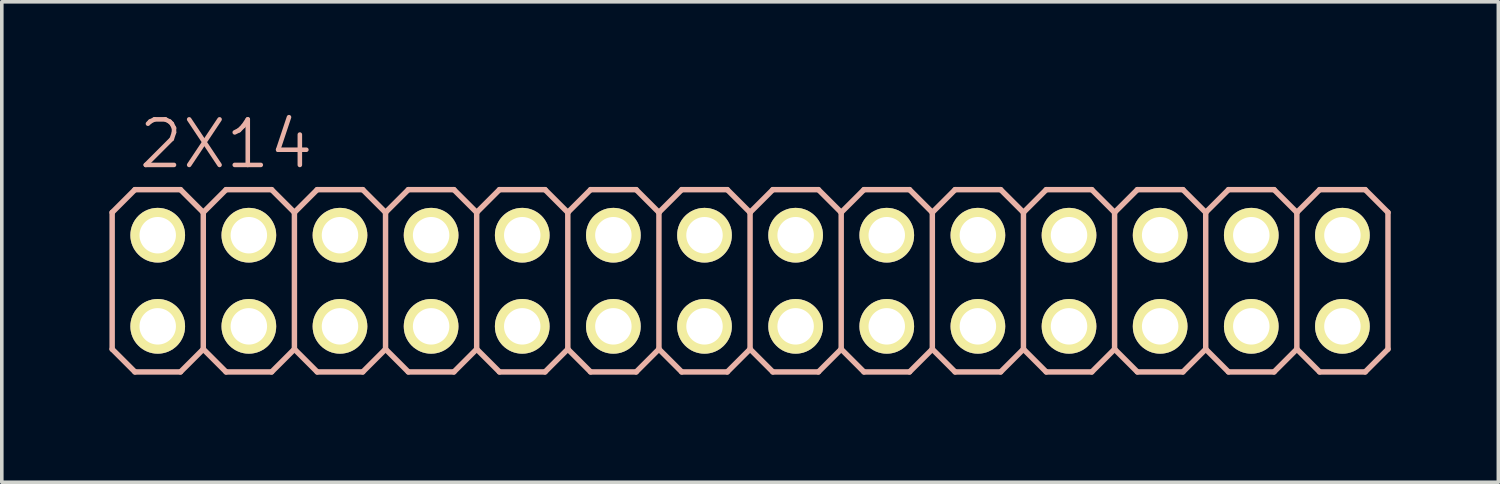
<source format=kicad_pcb>
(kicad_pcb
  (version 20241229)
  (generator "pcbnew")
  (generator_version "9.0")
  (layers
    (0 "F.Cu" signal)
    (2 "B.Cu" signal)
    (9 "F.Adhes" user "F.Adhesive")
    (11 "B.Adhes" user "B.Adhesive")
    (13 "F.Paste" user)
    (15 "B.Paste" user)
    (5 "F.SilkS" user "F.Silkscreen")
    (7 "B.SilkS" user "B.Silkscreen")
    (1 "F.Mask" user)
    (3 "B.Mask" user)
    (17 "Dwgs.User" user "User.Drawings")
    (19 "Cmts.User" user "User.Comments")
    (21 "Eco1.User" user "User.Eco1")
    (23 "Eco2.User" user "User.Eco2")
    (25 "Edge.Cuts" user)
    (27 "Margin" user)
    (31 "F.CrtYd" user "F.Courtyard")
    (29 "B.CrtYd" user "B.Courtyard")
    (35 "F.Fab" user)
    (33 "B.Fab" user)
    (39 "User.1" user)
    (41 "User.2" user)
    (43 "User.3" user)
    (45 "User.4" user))
  (footprint "2X14"
    (layer "F.Cu")
    (at 17.856 4.776)
    (property "Reference" "2X14" (at -14.605 -3.81 0) (layer "B.SilkS") (effects (font (size 1.27 1.27) (thickness 0.127))))
    (attr exclude_from_pos_files exclude_from_bom)
    (fp_line (start -16.764 -1.524) (end -16.256 -1.524) (stroke (width 0.066) (type solid)) (layer "F.SilkS"))
    (fp_line (start -16.764 -1.016) (end -16.764 -1.524) (stroke (width 0.066) (type solid)) (layer "F.SilkS"))
    (fp_line (start -16.764 -1.016) (end -16.256 -1.016) (stroke (width 0.066) (type solid)) (layer "F.SilkS"))
    (fp_line (start -16.764 1.016) (end -16.256 1.016) (stroke (width 0.066) (type solid)) (layer "F.SilkS"))
    (fp_line (start -16.764 1.524) (end -16.764 1.016) (stroke (width 0.066) (type solid)) (layer "F.SilkS"))
    (fp_line (start -16.764 1.524) (end -16.256 1.524) (stroke (width 0.066) (type solid)) (layer "F.SilkS"))
    (fp_line (start -16.256 -1.016) (end -16.256 -1.524) (stroke (width 0.066) (type solid)) (layer "F.SilkS"))
    (fp_line (start -16.256 1.524) (end -16.256 1.016) (stroke (width 0.066) (type solid)) (layer "F.SilkS"))
    (fp_line (start -14.224 -1.524) (end -13.716 -1.524) (stroke (width 0.066) (type solid)) (layer "F.SilkS"))
    (fp_line (start -14.224 -1.016) (end -14.224 -1.524) (stroke (width 0.066) (type solid)) (layer "F.SilkS"))
    (fp_line (start -14.224 -1.016) (end -13.716 -1.016) (stroke (width 0.066) (type solid)) (layer "F.SilkS"))
    (fp_line (start -14.224 1.016) (end -13.716 1.016) (stroke (width 0.066) (type solid)) (layer "F.SilkS"))
    (fp_line (start -14.224 1.524) (end -14.224 1.016) (stroke (width 0.066) (type solid)) (layer "F.SilkS"))
    (fp_line (start -14.224 1.524) (end -13.716 1.524) (stroke (width 0.066) (type solid)) (layer "F.SilkS"))
    (fp_line (start -13.716 -1.016) (end -13.716 -1.524) (stroke (width 0.066) (type solid)) (layer "F.SilkS"))
    (fp_line (start -13.716 1.524) (end -13.716 1.016) (stroke (width 0.066) (type solid)) (layer "F.SilkS"))
    (fp_line (start -11.684 -1.524) (end -11.176 -1.524) (stroke (width 0.066) (type solid)) (layer "F.SilkS"))
    (fp_line (start -11.684 -1.016) (end -11.684 -1.524) (stroke (width 0.066) (type solid)) (layer "F.SilkS"))
    (fp_line (start -11.684 -1.016) (end -11.176 -1.016) (stroke (width 0.066) (type solid)) (layer "F.SilkS"))
    (fp_line (start -11.684 1.016) (end -11.176 1.016) (stroke (width 0.066) (type solid)) (layer "F.SilkS"))
    (fp_line (start -11.684 1.524) (end -11.684 1.016) (stroke (width 0.066) (type solid)) (layer "F.SilkS"))
    (fp_line (start -11.684 1.524) (end -11.176 1.524) (stroke (width 0.066) (type solid)) (layer "F.SilkS"))
    (fp_line (start -11.176 -1.016) (end -11.176 -1.524) (stroke (width 0.066) (type solid)) (layer "F.SilkS"))
    (fp_line (start -11.176 1.524) (end -11.176 1.016) (stroke (width 0.066) (type solid)) (layer "F.SilkS"))
    (fp_line (start -9.144 -1.524) (end -8.636 -1.524) (stroke (width 0.066) (type solid)) (layer "F.SilkS"))
    (fp_line (start -9.144 -1.016) (end -9.144 -1.524) (stroke (width 0.066) (type solid)) (layer "F.SilkS"))
    (fp_line (start -9.144 -1.016) (end -8.636 -1.016) (stroke (width 0.066) (type solid)) (layer "F.SilkS"))
    (fp_line (start -9.144 1.016) (end -8.636 1.016) (stroke (width 0.066) (type solid)) (layer "F.SilkS"))
    (fp_line (start -9.144 1.524) (end -9.144 1.016) (stroke (width 0.066) (type solid)) (layer "F.SilkS"))
    (fp_line (start -9.144 1.524) (end -8.636 1.524) (stroke (width 0.066) (type solid)) (layer "F.SilkS"))
    (fp_line (start -8.636 -1.016) (end -8.636 -1.524) (stroke (width 0.066) (type solid)) (layer "F.SilkS"))
    (fp_line (start -8.636 1.524) (end -8.636 1.016) (stroke (width 0.066) (type solid)) (layer "F.SilkS"))
    (fp_line (start -6.604 -1.524) (end -6.096 -1.524) (stroke (width 0.066) (type solid)) (layer "F.SilkS"))
    (fp_line (start -6.604 -1.016) (end -6.604 -1.524) (stroke (width 0.066) (type solid)) (layer "F.SilkS"))
    (fp_line (start -6.604 -1.016) (end -6.096 -1.016) (stroke (width 0.066) (type solid)) (layer "F.SilkS"))
    (fp_line (start -6.604 1.016) (end -6.096 1.016) (stroke (width 0.066) (type solid)) (layer "F.SilkS"))
    (fp_line (start -6.604 1.524) (end -6.604 1.016) (stroke (width 0.066) (type solid)) (layer "F.SilkS"))
    (fp_line (start -6.604 1.524) (end -6.096 1.524) (stroke (width 0.066) (type solid)) (layer "F.SilkS"))
    (fp_line (start -6.096 -1.016) (end -6.096 -1.524) (stroke (width 0.066) (type solid)) (layer "F.SilkS"))
    (fp_line (start -6.096 1.524) (end -6.096 1.016) (stroke (width 0.066) (type solid)) (layer "F.SilkS"))
    (fp_line (start -4.064 -1.524) (end -3.556 -1.524) (stroke (width 0.066) (type solid)) (layer "F.SilkS"))
    (fp_line (start -4.064 -1.016) (end -4.064 -1.524) (stroke (width 0.066) (type solid)) (layer "F.SilkS"))
    (fp_line (start -4.064 -1.016) (end -3.556 -1.016) (stroke (width 0.066) (type solid)) (layer "F.SilkS"))
    (fp_line (start -4.064 1.016) (end -3.556 1.016) (stroke (width 0.066) (type solid)) (layer "F.SilkS"))
    (fp_line (start -4.064 1.524) (end -4.064 1.016) (stroke (width 0.066) (type solid)) (layer "F.SilkS"))
    (fp_line (start -4.064 1.524) (end -3.556 1.524) (stroke (width 0.066) (type solid)) (layer "F.SilkS"))
    (fp_line (start -3.556 -1.016) (end -3.556 -1.524) (stroke (width 0.066) (type solid)) (layer "F.SilkS"))
    (fp_line (start -3.556 1.524) (end -3.556 1.016) (stroke (width 0.066) (type solid)) (layer "F.SilkS"))
    (fp_line (start -1.524 -1.524) (end -1.016 -1.524) (stroke (width 0.066) (type solid)) (layer "F.SilkS"))
    (fp_line (start -1.524 -1.016) (end -1.524 -1.524) (stroke (width 0.066) (type solid)) (layer "F.SilkS"))
    (fp_line (start -1.524 -1.016) (end -1.016 -1.016) (stroke (width 0.066) (type solid)) (layer "F.SilkS"))
    (fp_line (start -1.524 1.016) (end -1.016 1.016) (stroke (width 0.066) (type solid)) (layer "F.SilkS"))
    (fp_line (start -1.524 1.524) (end -1.524 1.016) (stroke (width 0.066) (type solid)) (layer "F.SilkS"))
    (fp_line (start -1.524 1.524) (end -1.016 1.524) (stroke (width 0.066) (type solid)) (layer "F.SilkS"))
    (fp_line (start -1.016 -1.016) (end -1.016 -1.524) (stroke (width 0.066) (type solid)) (layer "F.SilkS"))
    (fp_line (start -1.016 1.524) (end -1.016 1.016) (stroke (width 0.066) (type solid)) (layer "F.SilkS"))
    (fp_line (start 1.016 -1.524) (end 1.524 -1.524) (stroke (width 0.066) (type solid)) (layer "F.SilkS"))
    (fp_line (start 1.016 -1.016) (end 1.016 -1.524) (stroke (width 0.066) (type solid)) (layer "F.SilkS"))
    (fp_line (start 1.016 -1.016) (end 1.524 -1.016) (stroke (width 0.066) (type solid)) (layer "F.SilkS"))
    (fp_line (start 1.016 1.016) (end 1.524 1.016) (stroke (width 0.066) (type solid)) (layer "F.SilkS"))
    (fp_line (start 1.016 1.524) (end 1.016 1.016) (stroke (width 0.066) (type solid)) (layer "F.SilkS"))
    (fp_line (start 1.016 1.524) (end 1.524 1.524) (stroke (width 0.066) (type solid)) (layer "F.SilkS"))
    (fp_line (start 1.524 -1.016) (end 1.524 -1.524) (stroke (width 0.066) (type solid)) (layer "F.SilkS"))
    (fp_line (start 1.524 1.524) (end 1.524 1.016) (stroke (width 0.066) (type solid)) (layer "F.SilkS"))
    (fp_line (start 3.556 -1.524) (end 4.064 -1.524) (stroke (width 0.066) (type solid)) (layer "F.SilkS"))
    (fp_line (start 3.556 -1.016) (end 3.556 -1.524) (stroke (width 0.066) (type solid)) (layer "F.SilkS"))
    (fp_line (start 3.556 -1.016) (end 4.064 -1.016) (stroke (width 0.066) (type solid)) (layer "F.SilkS"))
    (fp_line (start 3.556 1.016) (end 4.064 1.016) (stroke (width 0.066) (type solid)) (layer "F.SilkS"))
    (fp_line (start 3.556 1.524) (end 3.556 1.016) (stroke (width 0.066) (type solid)) (layer "F.SilkS"))
    (fp_line (start 3.556 1.524) (end 4.064 1.524) (stroke (width 0.066) (type solid)) (layer "F.SilkS"))
    (fp_line (start 4.064 -1.016) (end 4.064 -1.524) (stroke (width 0.066) (type solid)) (layer "F.SilkS"))
    (fp_line (start 4.064 1.524) (end 4.064 1.016) (stroke (width 0.066) (type solid)) (layer "F.SilkS"))
    (fp_line (start 6.096 -1.524) (end 6.604 -1.524) (stroke (width 0.066) (type solid)) (layer "F.SilkS"))
    (fp_line (start 6.096 -1.016) (end 6.096 -1.524) (stroke (width 0.066) (type solid)) (layer "F.SilkS"))
    (fp_line (start 6.096 -1.016) (end 6.604 -1.016) (stroke (width 0.066) (type solid)) (layer "F.SilkS"))
    (fp_line (start 6.096 1.016) (end 6.604 1.016) (stroke (width 0.066) (type solid)) (layer "F.SilkS"))
    (fp_line (start 6.096 1.524) (end 6.096 1.016) (stroke (width 0.066) (type solid)) (layer "F.SilkS"))
    (fp_line (start 6.096 1.524) (end 6.604 1.524) (stroke (width 0.066) (type solid)) (layer "F.SilkS"))
    (fp_line (start 6.604 -1.016) (end 6.604 -1.524) (stroke (width 0.066) (type solid)) (layer "F.SilkS"))
    (fp_line (start 6.604 1.524) (end 6.604 1.016) (stroke (width 0.066) (type solid)) (layer "F.SilkS"))
    (fp_line (start 8.636 -1.524) (end 9.144 -1.524) (stroke (width 0.066) (type solid)) (layer "F.SilkS"))
    (fp_line (start 8.636 -1.016) (end 8.636 -1.524) (stroke (width 0.066) (type solid)) (layer "F.SilkS"))
    (fp_line (start 8.636 -1.016) (end 9.144 -1.016) (stroke (width 0.066) (type solid)) (layer "F.SilkS"))
    (fp_line (start 8.636 1.016) (end 9.144 1.016) (stroke (width 0.066) (type solid)) (layer "F.SilkS"))
    (fp_line (start 8.636 1.524) (end 8.636 1.016) (stroke (width 0.066) (type solid)) (layer "F.SilkS"))
    (fp_line (start 8.636 1.524) (end 9.144 1.524) (stroke (width 0.066) (type solid)) (layer "F.SilkS"))
    (fp_line (start 9.144 -1.016) (end 9.144 -1.524) (stroke (width 0.066) (type solid)) (layer "F.SilkS"))
    (fp_line (start 9.144 1.524) (end 9.144 1.016) (stroke (width 0.066) (type solid)) (layer "F.SilkS"))
    (fp_line (start 11.176 -1.524) (end 11.684 -1.524) (stroke (width 0.066) (type solid)) (layer "F.SilkS"))
    (fp_line (start 11.176 -1.016) (end 11.176 -1.524) (stroke (width 0.066) (type solid)) (layer "F.SilkS"))
    (fp_line (start 11.176 -1.016) (end 11.684 -1.016) (stroke (width 0.066) (type solid)) (layer "F.SilkS"))
    (fp_line (start 11.176 1.016) (end 11.684 1.016) (stroke (width 0.066) (type solid)) (layer "F.SilkS"))
    (fp_line (start 11.176 1.524) (end 11.176 1.016) (stroke (width 0.066) (type solid)) (layer "F.SilkS"))
    (fp_line (start 11.176 1.524) (end 11.684 1.524) (stroke (width 0.066) (type solid)) (layer "F.SilkS"))
    (fp_line (start 11.684 -1.016) (end 11.684 -1.524) (stroke (width 0.066) (type solid)) (layer "F.SilkS"))
    (fp_line (start 11.684 1.524) (end 11.684 1.016) (stroke (width 0.066) (type solid)) (layer "F.SilkS"))
    (fp_line (start 13.716 -1.524) (end 14.224 -1.524) (stroke (width 0.066) (type solid)) (layer "F.SilkS"))
    (fp_line (start 13.716 -1.016) (end 13.716 -1.524) (stroke (width 0.066) (type solid)) (layer "F.SilkS"))
    (fp_line (start 13.716 -1.016) (end 14.224 -1.016) (stroke (width 0.066) (type solid)) (layer "F.SilkS"))
    (fp_line (start 13.716 1.016) (end 14.224 1.016) (stroke (width 0.066) (type solid)) (layer "F.SilkS"))
    (fp_line (start 13.716 1.524) (end 13.716 1.016) (stroke (width 0.066) (type solid)) (layer "F.SilkS"))
    (fp_line (start 13.716 1.524) (end 14.224 1.524) (stroke (width 0.066) (type solid)) (layer "F.SilkS"))
    (fp_line (start 14.224 -1.016) (end 14.224 -1.524) (stroke (width 0.066) (type solid)) (layer "F.SilkS"))
    (fp_line (start 14.224 1.524) (end 14.224 1.016) (stroke (width 0.066) (type solid)) (layer "F.SilkS"))
    (fp_line (start 16.256 -1.524) (end 16.764 -1.524) (stroke (width 0.066) (type solid)) (layer "F.SilkS"))
    (fp_line (start 16.256 -1.016) (end 16.256 -1.524) (stroke (width 0.066) (type solid)) (layer "F.SilkS"))
    (fp_line (start 16.256 -1.016) (end 16.764 -1.016) (stroke (width 0.066) (type solid)) (layer "F.SilkS"))
    (fp_line (start 16.256 1.016) (end 16.764 1.016) (stroke (width 0.066) (type solid)) (layer "F.SilkS"))
    (fp_line (start 16.256 1.524) (end 16.256 1.016) (stroke (width 0.066) (type solid)) (layer "F.SilkS"))
    (fp_line (start 16.256 1.524) (end 16.764 1.524) (stroke (width 0.066) (type solid)) (layer "F.SilkS"))
    (fp_line (start 16.764 -1.016) (end 16.764 -1.524) (stroke (width 0.066) (type solid)) (layer "F.SilkS"))
    (fp_line (start 16.764 1.524) (end 16.764 1.016) (stroke (width 0.066) (type solid)) (layer "F.SilkS"))
    (fp_line (start -17.78 -1.905) (end -17.145 -2.54) (stroke (width 0.152) (type solid)) (layer "B.SilkS"))
    (fp_line (start -17.78 1.905) (end -17.78 -1.905) (stroke (width 0.152) (type solid)) (layer "B.SilkS"))
    (fp_line (start -17.78 1.905) (end -17.145 2.54) (stroke (width 0.152) (type solid)) (layer "B.SilkS"))
    (fp_line (start -17.145 -2.54) (end -15.875 -2.54) (stroke (width 0.152) (type solid)) (layer "B.SilkS"))
    (fp_line (start -17.145 2.54) (end -15.875 2.54) (stroke (width 0.152) (type solid)) (layer "B.SilkS"))
    (fp_line (start -15.875 -2.54) (end -15.24 -1.905) (stroke (width 0.152) (type solid)) (layer "B.SilkS"))
    (fp_line (start -15.875 2.54) (end -15.24 1.905) (stroke (width 0.152) (type solid)) (layer "B.SilkS"))
    (fp_line (start -15.24 -1.905) (end -15.24 1.905) (stroke (width 0.152) (type solid)) (layer "B.SilkS"))
    (fp_line (start -15.24 -1.905) (end -14.605 -2.54) (stroke (width 0.152) (type solid)) (layer "B.SilkS"))
    (fp_line (start -15.24 1.905) (end -14.605 2.54) (stroke (width 0.152) (type solid)) (layer "B.SilkS"))
    (fp_line (start -14.605 -2.54) (end -13.335 -2.54) (stroke (width 0.152) (type solid)) (layer "B.SilkS"))
    (fp_line (start -14.605 2.54) (end -13.335 2.54) (stroke (width 0.152) (type solid)) (layer "B.SilkS"))
    (fp_line (start -13.335 -2.54) (end -12.7 -1.905) (stroke (width 0.152) (type solid)) (layer "B.SilkS"))
    (fp_line (start -13.335 2.54) (end -12.7 1.905) (stroke (width 0.152) (type solid)) (layer "B.SilkS"))
    (fp_line (start -12.7 -1.905) (end -12.7 1.905) (stroke (width 0.152) (type solid)) (layer "B.SilkS"))
    (fp_line (start -12.7 -1.905) (end -12.065 -2.54) (stroke (width 0.152) (type solid)) (layer "B.SilkS"))
    (fp_line (start -12.7 1.905) (end -12.065 2.54) (stroke (width 0.152) (type solid)) (layer "B.SilkS"))
    (fp_line (start -12.065 -2.54) (end -10.795 -2.54) (stroke (width 0.152) (type solid)) (layer "B.SilkS"))
    (fp_line (start -12.065 2.54) (end -10.795 2.54) (stroke (width 0.152) (type solid)) (layer "B.SilkS"))
    (fp_line (start -10.795 -2.54) (end -10.16 -1.905) (stroke (width 0.152) (type solid)) (layer "B.SilkS"))
    (fp_line (start -10.795 2.54) (end -10.16 1.905) (stroke (width 0.152) (type solid)) (layer "B.SilkS"))
    (fp_line (start -10.16 -1.905) (end -10.16 1.905) (stroke (width 0.152) (type solid)) (layer "B.SilkS"))
    (fp_line (start -10.16 -1.905) (end -9.525 -2.54) (stroke (width 0.152) (type solid)) (layer "B.SilkS"))
    (fp_line (start -10.16 1.905) (end -9.525 2.54) (stroke (width 0.152) (type solid)) (layer "B.SilkS"))
    (fp_line (start -9.525 -2.54) (end -8.255 -2.54) (stroke (width 0.152) (type solid)) (layer "B.SilkS"))
    (fp_line (start -9.525 2.54) (end -8.255 2.54) (stroke (width 0.152) (type solid)) (layer "B.SilkS"))
    (fp_line (start -8.255 -2.54) (end -7.62 -1.905) (stroke (width 0.152) (type solid)) (layer "B.SilkS"))
    (fp_line (start -8.255 2.54) (end -7.62 1.905) (stroke (width 0.152) (type solid)) (layer "B.SilkS"))
    (fp_line (start -7.62 -1.905) (end -7.62 1.905) (stroke (width 0.152) (type solid)) (layer "B.SilkS"))
    (fp_line (start -7.62 -1.905) (end -6.985 -2.54) (stroke (width 0.152) (type solid)) (layer "B.SilkS"))
    (fp_line (start -7.62 1.905) (end -6.985 2.54) (stroke (width 0.152) (type solid)) (layer "B.SilkS"))
    (fp_line (start -6.985 -2.54) (end -5.715 -2.54) (stroke (width 0.152) (type solid)) (layer "B.SilkS"))
    (fp_line (start -6.985 2.54) (end -5.715 2.54) (stroke (width 0.152) (type solid)) (layer "B.SilkS"))
    (fp_line (start -5.715 -2.54) (end -5.08 -1.905) (stroke (width 0.152) (type solid)) (layer "B.SilkS"))
    (fp_line (start -5.715 2.54) (end -5.08 1.905) (stroke (width 0.152) (type solid)) (layer "B.SilkS"))
    (fp_line (start -5.08 -1.905) (end -5.08 1.905) (stroke (width 0.152) (type solid)) (layer "B.SilkS"))
    (fp_line (start -5.08 -1.905) (end -4.445 -2.54) (stroke (width 0.152) (type solid)) (layer "B.SilkS"))
    (fp_line (start -5.08 1.905) (end -4.445 2.54) (stroke (width 0.152) (type solid)) (layer "B.SilkS"))
    (fp_line (start -4.445 -2.54) (end -3.175 -2.54) (stroke (width 0.152) (type solid)) (layer "B.SilkS"))
    (fp_line (start -4.445 2.54) (end -3.175 2.54) (stroke (width 0.152) (type solid)) (layer "B.SilkS"))
    (fp_line (start -3.175 -2.54) (end -2.54 -1.905) (stroke (width 0.152) (type solid)) (layer "B.SilkS"))
    (fp_line (start -3.175 2.54) (end -2.54 1.905) (stroke (width 0.152) (type solid)) (layer "B.SilkS"))
    (fp_line (start -2.54 -1.905) (end -2.54 1.905) (stroke (width 0.152) (type solid)) (layer "B.SilkS"))
    (fp_line (start -2.54 -1.905) (end -1.905 -2.54) (stroke (width 0.152) (type solid)) (layer "B.SilkS"))
    (fp_line (start -2.54 1.905) (end -1.905 2.54) (stroke (width 0.152) (type solid)) (layer "B.SilkS"))
    (fp_line (start -1.905 -2.54) (end -0.635 -2.54) (stroke (width 0.152) (type solid)) (layer "B.SilkS"))
    (fp_line (start -0.635 -2.54) (end 0 -1.905) (stroke (width 0.152) (type solid)) (layer "B.SilkS"))
    (fp_line (start -0.635 2.54) (end -1.905 2.54) (stroke (width 0.152) (type solid)) (layer "B.SilkS"))
    (fp_line (start 0 -1.905) (end 0 1.905) (stroke (width 0.152) (type solid)) (layer "B.SilkS"))
    (fp_line (start 0 -1.905) (end 0.635 -2.54) (stroke (width 0.152) (type solid)) (layer "B.SilkS"))
    (fp_line (start 0 1.905) (end -0.635 2.54) (stroke (width 0.152) (type solid)) (layer "B.SilkS"))
    (fp_line (start 0 1.905) (end 0.635 2.54) (stroke (width 0.152) (type solid)) (layer "B.SilkS"))
    (fp_line (start 0.635 -2.54) (end 1.905 -2.54) (stroke (width 0.152) (type solid)) (layer "B.SilkS"))
    (fp_line (start 1.905 -2.54) (end 2.54 -1.905) (stroke (width 0.152) (type solid)) (layer "B.SilkS"))
    (fp_line (start 1.905 2.54) (end 0.635 2.54) (stroke (width 0.152) (type solid)) (layer "B.SilkS"))
    (fp_line (start 2.54 -1.905) (end 2.54 1.905) (stroke (width 0.152) (type solid)) (layer "B.SilkS"))
    (fp_line (start 2.54 -1.905) (end 3.175 -2.54) (stroke (width 0.152) (type solid)) (layer "B.SilkS"))
    (fp_line (start 2.54 1.905) (end 1.905 2.54) (stroke (width 0.152) (type solid)) (layer "B.SilkS"))
    (fp_line (start 2.54 1.905) (end 3.175 2.54) (stroke (width 0.152) (type solid)) (layer "B.SilkS"))
    (fp_line (start 3.175 -2.54) (end 4.445 -2.54) (stroke (width 0.152) (type solid)) (layer "B.SilkS"))
    (fp_line (start 4.445 -2.54) (end 5.08 -1.905) (stroke (width 0.152) (type solid)) (layer "B.SilkS"))
    (fp_line (start 4.445 2.54) (end 3.175 2.54) (stroke (width 0.152) (type solid)) (layer "B.SilkS"))
    (fp_line (start 5.08 -1.905) (end 5.08 1.905) (stroke (width 0.152) (type solid)) (layer "B.SilkS"))
    (fp_line (start 5.08 -1.905) (end 5.715 -2.54) (stroke (width 0.152) (type solid)) (layer "B.SilkS"))
    (fp_line (start 5.08 1.905) (end 4.445 2.54) (stroke (width 0.152) (type solid)) (layer "B.SilkS"))
    (fp_line (start 5.08 1.905) (end 5.715 2.54) (stroke (width 0.152) (type solid)) (layer "B.SilkS"))
    (fp_line (start 5.715 -2.54) (end 6.985 -2.54) (stroke (width 0.152) (type solid)) (layer "B.SilkS"))
    (fp_line (start 6.985 -2.54) (end 7.62 -1.905) (stroke (width 0.152) (type solid)) (layer "B.SilkS"))
    (fp_line (start 6.985 2.54) (end 5.715 2.54) (stroke (width 0.152) (type solid)) (layer "B.SilkS"))
    (fp_line (start 7.62 -1.905) (end 7.62 1.905) (stroke (width 0.152) (type solid)) (layer "B.SilkS"))
    (fp_line (start 7.62 -1.905) (end 8.255 -2.54) (stroke (width 0.152) (type solid)) (layer "B.SilkS"))
    (fp_line (start 7.62 1.905) (end 6.985 2.54) (stroke (width 0.152) (type solid)) (layer "B.SilkS"))
    (fp_line (start 7.62 1.905) (end 8.255 2.54) (stroke (width 0.152) (type solid)) (layer "B.SilkS"))
    (fp_line (start 8.255 -2.54) (end 9.525 -2.54) (stroke (width 0.152) (type solid)) (layer "B.SilkS"))
    (fp_line (start 9.525 -2.54) (end 10.16 -1.905) (stroke (width 0.152) (type solid)) (layer "B.SilkS"))
    (fp_line (start 9.525 2.54) (end 8.255 2.54) (stroke (width 0.152) (type solid)) (layer "B.SilkS"))
    (fp_line (start 10.16 -1.905) (end 10.16 1.905) (stroke (width 0.152) (type solid)) (layer "B.SilkS"))
    (fp_line (start 10.16 -1.905) (end 10.795 -2.54) (stroke (width 0.152) (type solid)) (layer "B.SilkS"))
    (fp_line (start 10.16 1.905) (end 9.525 2.54) (stroke (width 0.152) (type solid)) (layer "B.SilkS"))
    (fp_line (start 10.16 1.905) (end 10.795 2.54) (stroke (width 0.152) (type solid)) (layer "B.SilkS"))
    (fp_line (start 10.795 -2.54) (end 12.065 -2.54) (stroke (width 0.152) (type solid)) (layer "B.SilkS"))
    (fp_line (start 12.065 2.54) (end 10.795 2.54) (stroke (width 0.152) (type solid)) (layer "B.SilkS"))
    (fp_line (start 12.7 -1.905) (end 12.065 -2.54) (stroke (width 0.152) (type solid)) (layer "B.SilkS"))
    (fp_line (start 12.7 -1.905) (end 12.7 1.905) (stroke (width 0.152) (type solid)) (layer "B.SilkS"))
    (fp_line (start 12.7 -1.905) (end 13.335 -2.54) (stroke (width 0.152) (type solid)) (layer "B.SilkS"))
    (fp_line (start 12.7 1.905) (end 12.065 2.54) (stroke (width 0.152) (type solid)) (layer "B.SilkS"))
    (fp_line (start 12.7 1.905) (end 13.335 2.54) (stroke (width 0.152) (type solid)) (layer "B.SilkS"))
    (fp_line (start 14.605 -2.54) (end 13.335 -2.54) (stroke (width 0.152) (type solid)) (layer "B.SilkS"))
    (fp_line (start 14.605 -2.54) (end 15.24 -1.905) (stroke (width 0.152) (type solid)) (layer "B.SilkS"))
    (fp_line (start 14.605 2.54) (end 13.335 2.54) (stroke (width 0.152) (type solid)) (layer "B.SilkS"))
    (fp_line (start 15.24 -1.905) (end 15.24 1.905) (stroke (width 0.152) (type solid)) (layer "B.SilkS"))
    (fp_line (start 15.24 -1.905) (end 15.875 -2.54) (stroke (width 0.152) (type solid)) (layer "B.SilkS"))
    (fp_line (start 15.24 1.905) (end 14.605 2.54) (stroke (width 0.152) (type solid)) (layer "B.SilkS"))
    (fp_line (start 15.24 1.905) (end 15.875 2.54) (stroke (width 0.152) (type solid)) (layer "B.SilkS"))
    (fp_line (start 17.145 -2.54) (end 15.875 -2.54) (stroke (width 0.152) (type solid)) (layer "B.SilkS"))
    (fp_line (start 17.145 -2.54) (end 17.78 -1.905) (stroke (width 0.152) (type solid)) (layer "B.SilkS"))
    (fp_line (start 17.145 2.54) (end 15.875 2.54) (stroke (width 0.152) (type solid)) (layer "B.SilkS"))
    (fp_line (start 17.78 -1.905) (end 17.78 1.905) (stroke (width 0.152) (type solid)) (layer "B.SilkS"))
    (fp_line (start 17.78 1.905) (end 17.145 2.54) (stroke (width 0.152) (type solid)) (layer "B.SilkS"))
    (pad "1" thru_hole circle (at -16.51 1.27) (size 1.524 1.524) (drill 1.016) (layers "*.Cu" "F.Mask" "F.SilkS" "F.Paste"))
    (pad "2" thru_hole circle (at -16.51 -1.27) (size 1.524 1.524) (drill 1.016) (layers "*.Cu" "F.Mask" "F.SilkS" "F.Paste"))
    (pad "3" thru_hole circle (at -13.97 1.27) (size 1.524 1.524) (drill 1.016) (layers "*.Cu" "F.Mask" "F.SilkS" "F.Paste"))
    (pad "4" thru_hole circle (at -13.97 -1.27) (size 1.524 1.524) (drill 1.016) (layers "*.Cu" "F.Mask" "F.SilkS" "F.Paste"))
    (pad "5" thru_hole circle (at -11.43 1.27) (size 1.524 1.524) (drill 1.016) (layers "*.Cu" "F.Mask" "F.SilkS" "F.Paste"))
    (pad "6" thru_hole circle (at -11.43 -1.27) (size 1.524 1.524) (drill 1.016) (layers "*.Cu" "F.Mask" "F.SilkS" "F.Paste"))
    (pad "7" thru_hole circle (at -8.89 1.27) (size 1.524 1.524) (drill 1.016) (layers "*.Cu" "F.Mask" "F.SilkS" "F.Paste"))
    (pad "8" thru_hole circle (at -8.89 -1.27) (size 1.524 1.524) (drill 1.016) (layers "*.Cu" "F.Mask" "F.SilkS" "F.Paste"))
    (pad "9" thru_hole circle (at -6.35 1.27) (size 1.524 1.524) (drill 1.016) (layers "*.Cu" "F.Mask" "F.SilkS" "F.Paste"))
    (pad "10" thru_hole circle (at -6.35 -1.27) (size 1.524 1.524) (drill 1.016) (layers "*.Cu" "F.Mask" "F.SilkS" "F.Paste"))
    (pad "11" thru_hole circle (at -3.81 1.27) (size 1.524 1.524) (drill 1.016) (layers "*.Cu" "F.Mask" "F.SilkS" "F.Paste"))
    (pad "12" thru_hole circle (at -3.81 -1.27) (size 1.524 1.524) (drill 1.016) (layers "*.Cu" "F.Mask" "F.SilkS" "F.Paste"))
    (pad "13" thru_hole circle (at -1.27 1.27) (size 1.524 1.524) (drill 1.016) (layers "*.Cu" "F.Mask" "F.SilkS" "F.Paste"))
    (pad "14" thru_hole circle (at -1.27 -1.27) (size 1.524 1.524) (drill 1.016) (layers "*.Cu" "F.Mask" "F.SilkS" "F.Paste"))
    (pad "15" thru_hole circle (at 1.27 1.27) (size 1.524 1.524) (drill 1.016) (layers "*.Cu" "F.Mask" "F.SilkS" "F.Paste"))
    (pad "16" thru_hole circle (at 1.27 -1.27) (size 1.524 1.524) (drill 1.016) (layers "*.Cu" "F.Mask" "F.SilkS" "F.Paste"))
    (pad "17" thru_hole circle (at 3.81 1.27) (size 1.524 1.524) (drill 1.016) (layers "*.Cu" "F.Mask" "F.SilkS" "F.Paste"))
    (pad "18" thru_hole circle (at 3.81 -1.27) (size 1.524 1.524) (drill 1.016) (layers "*.Cu" "F.Mask" "F.SilkS" "F.Paste"))
    (pad "19" thru_hole circle (at 6.35 1.27) (size 1.524 1.524) (drill 1.016) (layers "*.Cu" "F.Mask" "F.SilkS" "F.Paste"))
    (pad "20" thru_hole circle (at 6.35 -1.27) (size 1.524 1.524) (drill 1.016) (layers "*.Cu" "F.Mask" "F.SilkS" "F.Paste"))
    (pad "21" thru_hole circle (at 8.89 1.27) (size 1.524 1.524) (drill 1.016) (layers "*.Cu" "F.Mask" "F.SilkS" "F.Paste"))
    (pad "22" thru_hole circle (at 8.89 -1.27) (size 1.524 1.524) (drill 1.016) (layers "*.Cu" "F.Mask" "F.SilkS" "F.Paste"))
    (pad "23" thru_hole circle (at 11.43 1.27) (size 1.524 1.524) (drill 1.016) (layers "*.Cu" "F.Mask" "F.SilkS" "F.Paste"))
    (pad "24" thru_hole circle (at 11.43 -1.27) (size 1.524 1.524) (drill 1.016) (layers "*.Cu" "F.Mask" "F.SilkS" "F.Paste"))
    (pad "25" thru_hole circle (at 13.97 1.27) (size 1.524 1.524) (drill 1.016) (layers "*.Cu" "F.Mask" "F.SilkS" "F.Paste"))
    (pad "26" thru_hole circle (at 13.97 -1.27) (size 1.524 1.524) (drill 1.016) (layers "*.Cu" "F.Mask" "F.SilkS" "F.Paste"))
    (pad "27" thru_hole circle (at 16.51 1.27) (size 1.524 1.524) (drill 1.016) (layers "*.Cu" "F.Mask" "F.SilkS" "F.Paste"))
    (pad "28" thru_hole circle (at 16.51 -1.27) (size 1.524 1.524) (drill 1.016) (layers "*.Cu" "F.Mask" "F.SilkS" "F.Paste")))
  (gr_rect
    (start -3 -3)
    (end 38.712 10.392)
    (stroke (width 0.1) (type default))
    (fill no)
    (layer "Edge.Cuts")))
</source>
